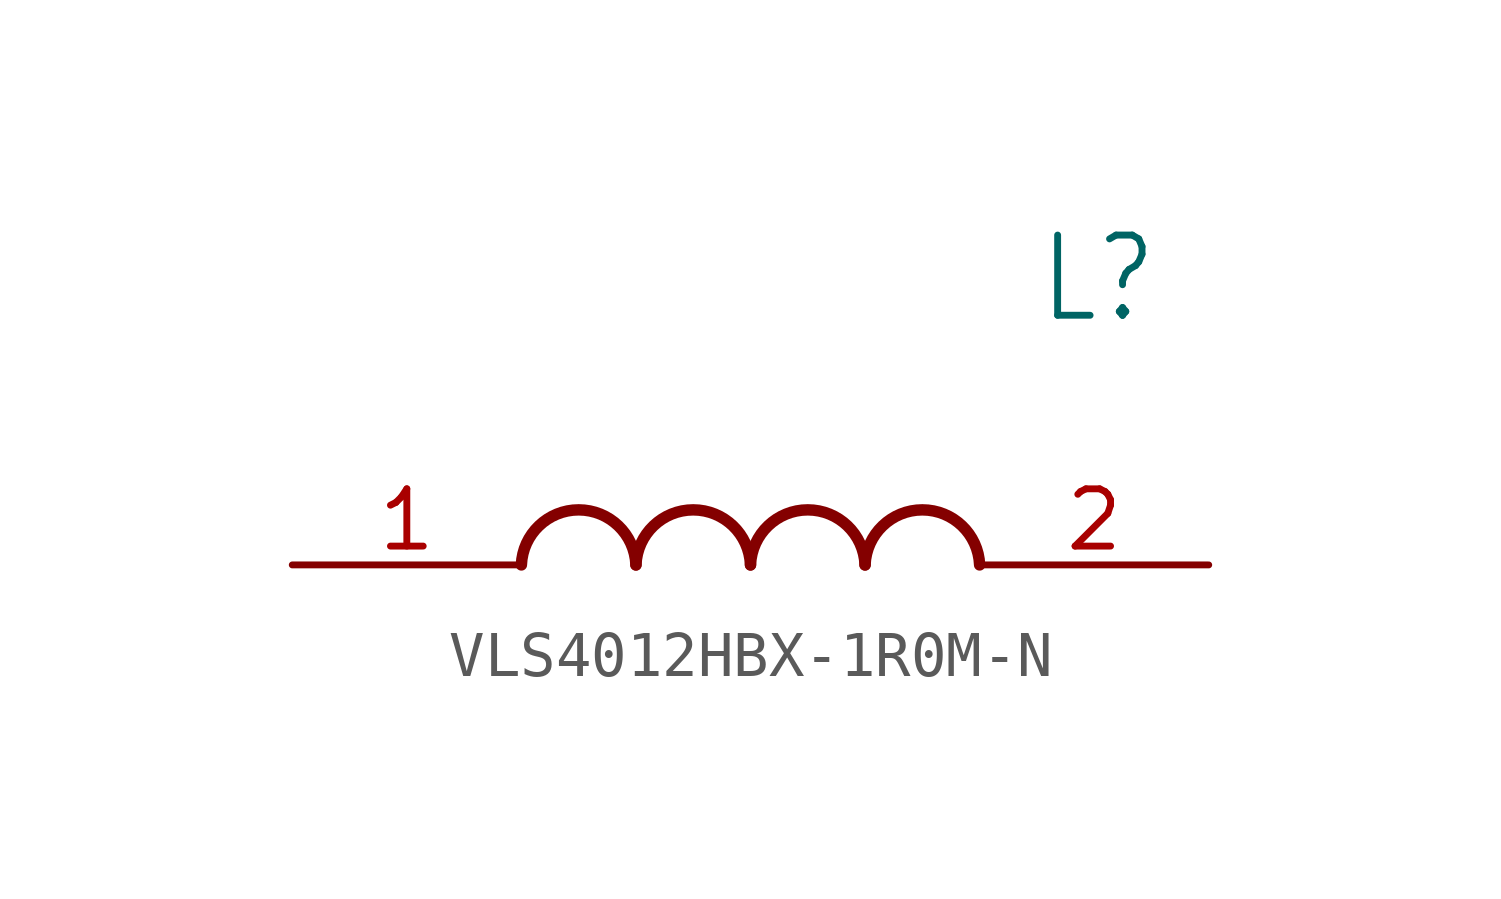
<source format=kicad_sym>
(kicad_symbol_lib
  (version 20231120)
  (generator "kicad_symbol_editor")
  (generator_version "8.99")
  (symbol "VLS4012HBX-1R0M-N"
    (property "Reference" "L"
      (at 16.51 6.35 0)
      (effects (font (size 1.778 1.511)) (justify left)))
    (property "Value" ""
      (at 16.51 3.81 0)
      (effects (font (size 1.778 1.511)) (justify left)))
    (property "ki_locked" ""
      (at 0 0 0)
      (effects (font (size 1.27 1.27))))
    (symbol "VLS4012HBX-1R0M-N_1_0"
      (arc (start 7.62 0) (mid 6.35 1.22) (end 5.08 0) (stroke (width 0.254) (type solid)) (fill (type none)))
      (arc (start 10.16 0) (mid 8.89 1.22) (end 7.62 0) (stroke (width 0.254) (type solid)) (fill (type none)))
      (arc (start 12.7 0) (mid 11.43 1.22) (end 10.16 0) (stroke (width 0.254) (type solid)) (fill (type none)))
      (arc (start 15.24 0) (mid 13.97 1.22) (end 12.7 0) (stroke (width 0.254) (type solid)) (fill (type none)))
      (pin bidirectional line (at 0 0 0) (length 5.08) (name "1" (effects (font (size 0 0)))) (number "1" (effects (font (size 1.27 1.27)))))
      (pin bidirectional line (at 20.32 0 180) (length 5.08) (name "2" (effects (font (size 0 0)))) (number "2" (effects (font (size 1.27 1.27))))))))
</source>
